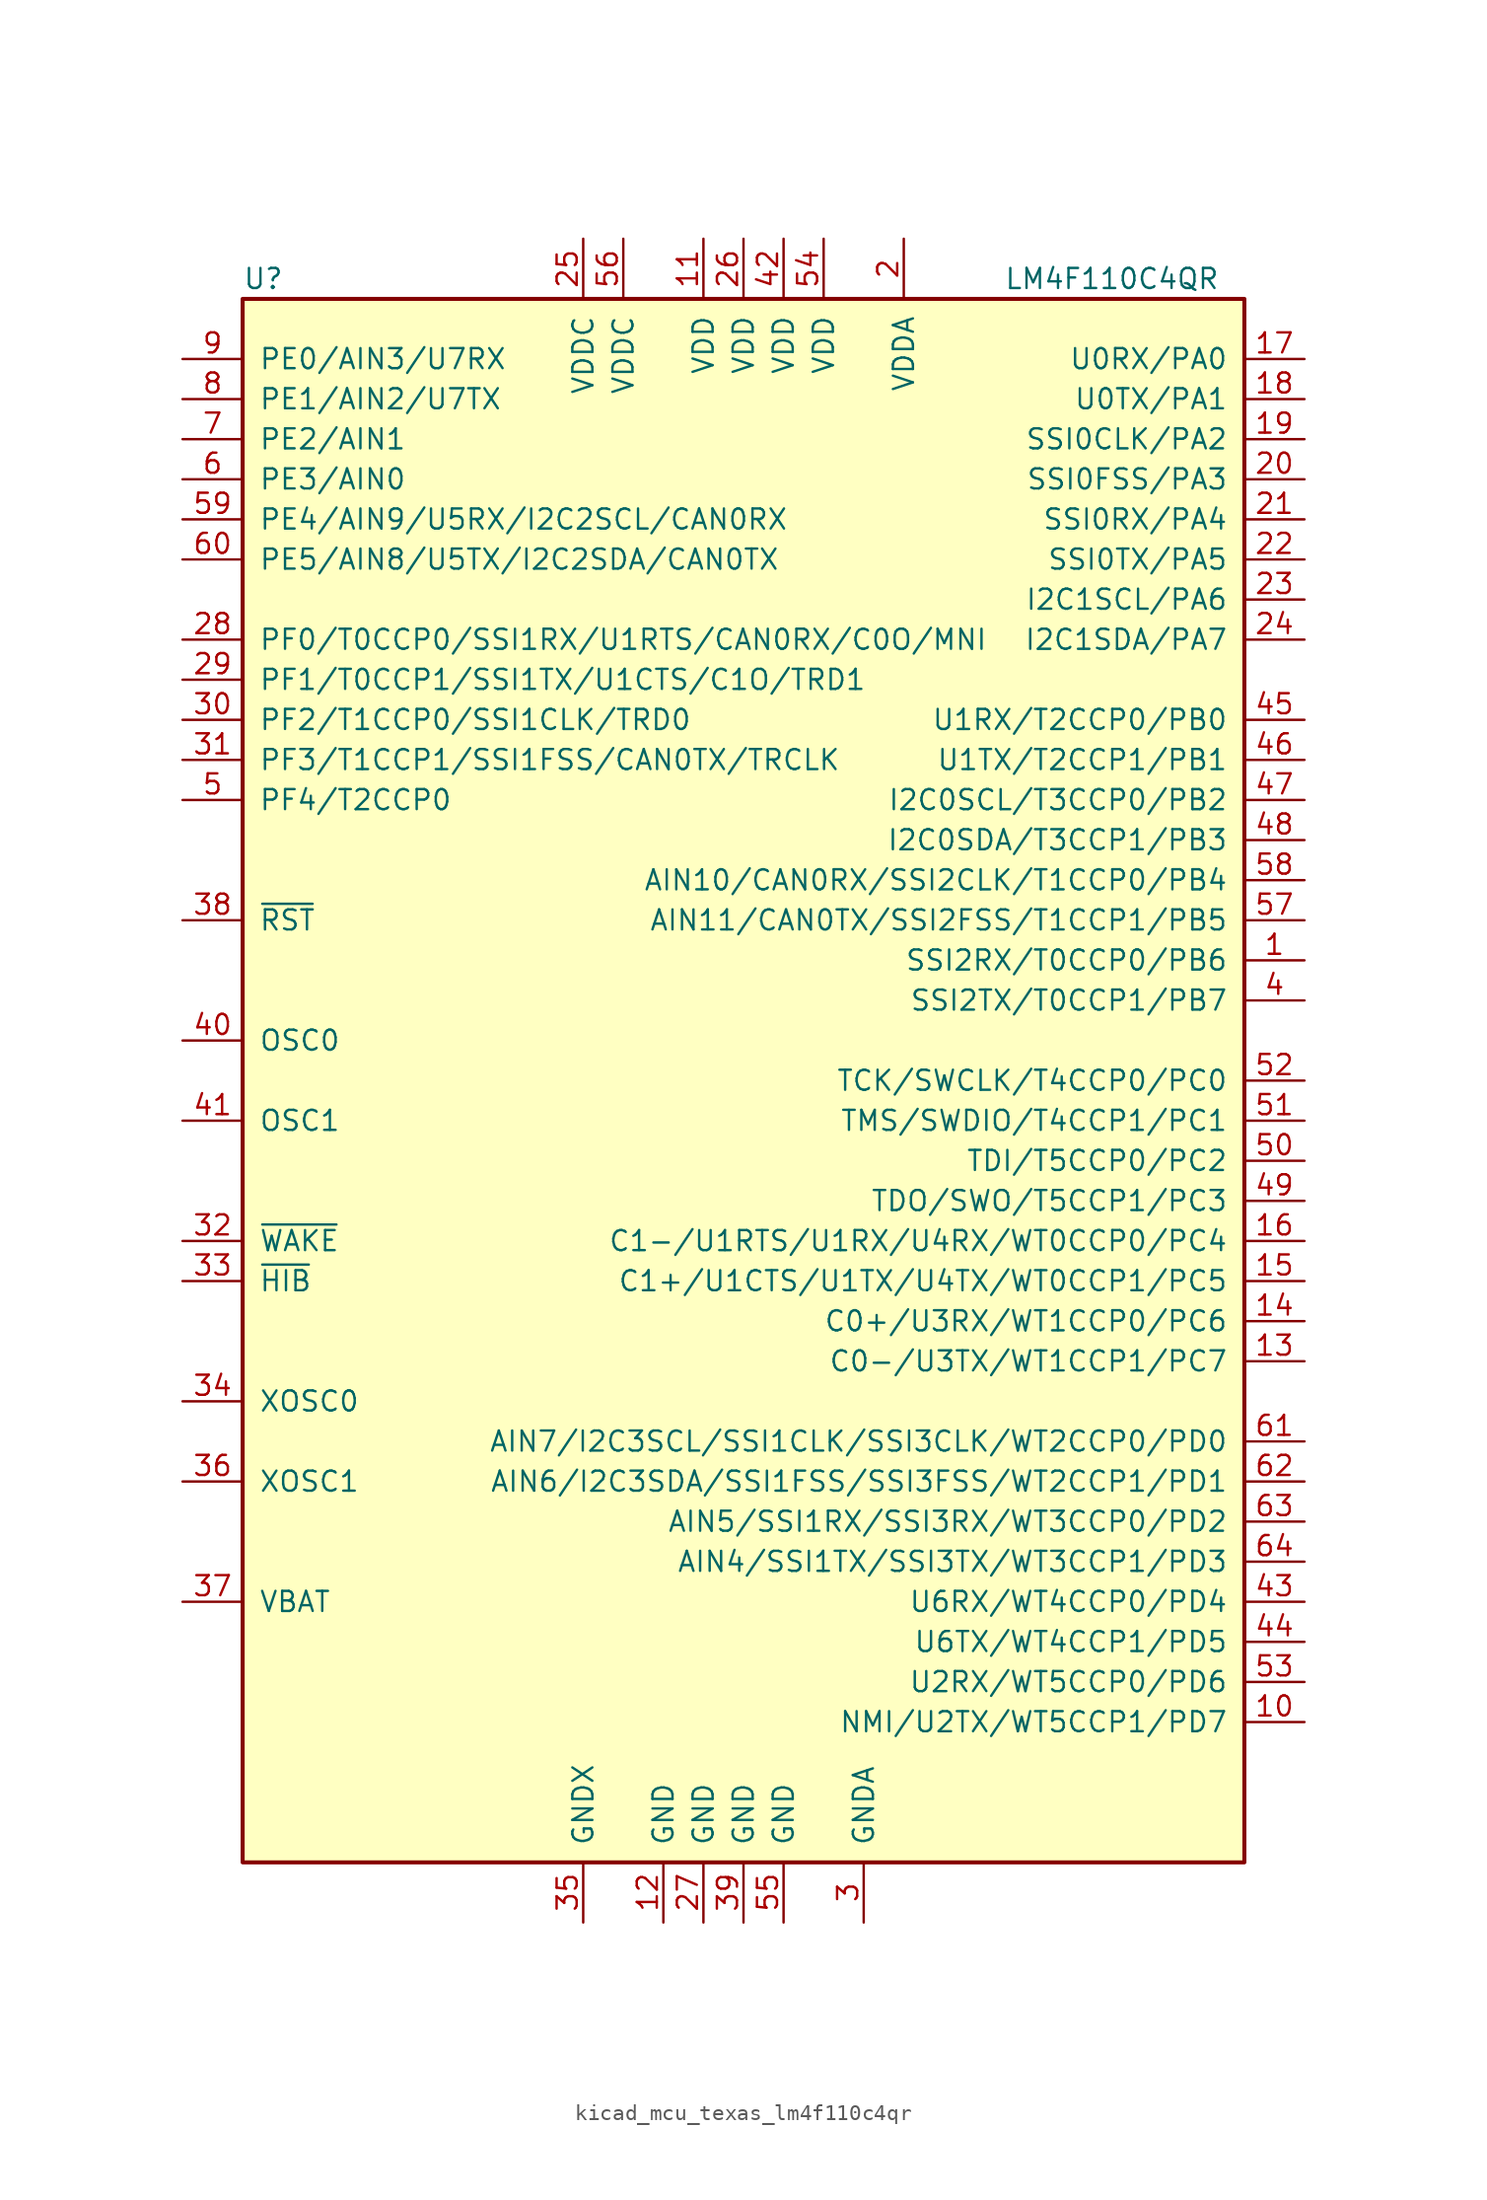
<source format=kicad_sym>
(kicad_symbol_lib
  (version 20220914)
  (generator kicad_symbol_editor)
  (symbol "kicad_mcu_texas_lm4f110c4qr"
    (pin_names
      (offset 1.016))
    (property "Reference" "U"
      (at -31.75 50.8 0)
      (effects (font (size 1.27 1.27)) (justify left)))
    (property "Value" "LM4F110C4QR"
      (at 16.51 50.8 0)
      (effects (font (size 1.27 1.27)) (justify left)))
    (symbol "kicad_mcu_texas_lm4f110c4qr_0_1"
      (rectangle (start -31.75 49.53) (end 31.75 -49.53) (stroke (width 0.254) (type default)) (fill (type background))))
    (symbol "kicad_mcu_texas_lm4f110c4qr_1_1"
      (pin bidirectional line (at 35.56 7.62 180) (length 3.81) (name "SSI2RX/T0CCP0/PB6" (effects (font (size 1.27 1.27)))) (number "1" (effects (font (size 1.27 1.27)))))
      (pin bidirectional line (at 35.56 -40.64 180) (length 3.81) (name "NMI/U2TX/WT5CCP1/PD7" (effects (font (size 1.27 1.27)))) (number "10" (effects (font (size 1.27 1.27)))))
      (pin power_in line (at -2.54 53.34 270) (length 3.81) (name "VDD" (effects (font (size 1.27 1.27)))) (number "11" (effects (font (size 1.27 1.27)))))
      (pin power_in line (at -5.08 -53.34 90) (length 3.81) (name "GND" (effects (font (size 1.27 1.27)))) (number "12" (effects (font (size 1.27 1.27)))))
      (pin bidirectional line (at 35.56 -17.78 180) (length 3.81) (name "C0-/U3TX/WT1CCP1/PC7" (effects (font (size 1.27 1.27)))) (number "13" (effects (font (size 1.27 1.27)))))
      (pin bidirectional line (at 35.56 -15.24 180) (length 3.81) (name "C0+/U3RX/WT1CCP0/PC6" (effects (font (size 1.27 1.27)))) (number "14" (effects (font (size 1.27 1.27)))))
      (pin bidirectional line (at 35.56 -12.7 180) (length 3.81) (name "C1+/U1CTS/U1TX/U4TX/WT0CCP1/PC5" (effects (font (size 1.27 1.27)))) (number "15" (effects (font (size 1.27 1.27)))))
      (pin bidirectional line (at 35.56 -10.16 180) (length 3.81) (name "C1-/U1RTS/U1RX/U4RX/WT0CCP0/PC4" (effects (font (size 1.27 1.27)))) (number "16" (effects (font (size 1.27 1.27)))))
      (pin bidirectional line (at 35.56 45.72 180) (length 3.81) (name "U0RX/PA0" (effects (font (size 1.27 1.27)))) (number "17" (effects (font (size 1.27 1.27)))))
      (pin bidirectional line (at 35.56 43.18 180) (length 3.81) (name "U0TX/PA1" (effects (font (size 1.27 1.27)))) (number "18" (effects (font (size 1.27 1.27)))))
      (pin bidirectional line (at 35.56 40.64 180) (length 3.81) (name "SSI0CLK/PA2" (effects (font (size 1.27 1.27)))) (number "19" (effects (font (size 1.27 1.27)))))
      (pin power_in line (at 10.16 53.34 270) (length 3.81) (name "VDDA" (effects (font (size 1.27 1.27)))) (number "2" (effects (font (size 1.27 1.27)))))
      (pin bidirectional line (at 35.56 38.1 180) (length 3.81) (name "SSI0FSS/PA3" (effects (font (size 1.27 1.27)))) (number "20" (effects (font (size 1.27 1.27)))))
      (pin bidirectional line (at 35.56 35.56 180) (length 3.81) (name "SSI0RX/PA4" (effects (font (size 1.27 1.27)))) (number "21" (effects (font (size 1.27 1.27)))))
      (pin bidirectional line (at 35.56 33.02 180) (length 3.81) (name "SSI0TX/PA5" (effects (font (size 1.27 1.27)))) (number "22" (effects (font (size 1.27 1.27)))))
      (pin bidirectional line (at 35.56 30.48 180) (length 3.81) (name "I2C1SCL/PA6" (effects (font (size 1.27 1.27)))) (number "23" (effects (font (size 1.27 1.27)))))
      (pin bidirectional line (at 35.56 27.94 180) (length 3.81) (name "I2C1SDA/PA7" (effects (font (size 1.27 1.27)))) (number "24" (effects (font (size 1.27 1.27)))))
      (pin power_in line (at -10.16 53.34 270) (length 3.81) (name "VDDC" (effects (font (size 1.27 1.27)))) (number "25" (effects (font (size 1.27 1.27)))))
      (pin power_in line (at 0 53.34 270) (length 3.81) (name "VDD" (effects (font (size 1.27 1.27)))) (number "26" (effects (font (size 1.27 1.27)))))
      (pin power_in line (at -2.54 -53.34 90) (length 3.81) (name "GND" (effects (font (size 1.27 1.27)))) (number "27" (effects (font (size 1.27 1.27)))))
      (pin bidirectional line (at -35.56 27.94 0) (length 3.81) (name "PF0/T0CCP0/SSI1RX/U1RTS/CAN0RX/C0O/MNI" (effects (font (size 1.27 1.27)))) (number "28" (effects (font (size 1.27 1.27)))))
      (pin bidirectional line (at -35.56 25.4 0) (length 3.81) (name "PF1/T0CCP1/SSI1TX/U1CTS/C1O/TRD1" (effects (font (size 1.27 1.27)))) (number "29" (effects (font (size 1.27 1.27)))))
      (pin power_in line (at 7.62 -53.34 90) (length 3.81) (name "GNDA" (effects (font (size 1.27 1.27)))) (number "3" (effects (font (size 1.27 1.27)))))
      (pin bidirectional line (at -35.56 22.86 0) (length 3.81) (name "PF2/T1CCP0/SSI1CLK/TRD0" (effects (font (size 1.27 1.27)))) (number "30" (effects (font (size 1.27 1.27)))))
      (pin bidirectional line (at -35.56 20.32 0) (length 3.81) (name "PF3/T1CCP1/SSI1FSS/CAN0TX/TRCLK" (effects (font (size 1.27 1.27)))) (number "31" (effects (font (size 1.27 1.27)))))
      (pin input line (at -35.56 -10.16 0) (length 3.81) (name "~{WAKE}" (effects (font (size 1.27 1.27)))) (number "32" (effects (font (size 1.27 1.27)))))
      (pin open_collector line (at -35.56 -12.7 0) (length 3.81) (name "~{HIB}" (effects (font (size 1.27 1.27)))) (number "33" (effects (font (size 1.27 1.27)))))
      (pin passive line (at -35.56 -20.32 0) (length 3.81) (name "XOSC0" (effects (font (size 1.27 1.27)))) (number "34" (effects (font (size 1.27 1.27)))))
      (pin power_in line (at -10.16 -53.34 90) (length 3.81) (name "GNDX" (effects (font (size 1.27 1.27)))) (number "35" (effects (font (size 1.27 1.27)))))
      (pin passive line (at -35.56 -25.4 0) (length 3.81) (name "XOSC1" (effects (font (size 1.27 1.27)))) (number "36" (effects (font (size 1.27 1.27)))))
      (pin passive line (at -35.56 -33.02 0) (length 3.81) (name "VBAT" (effects (font (size 1.27 1.27)))) (number "37" (effects (font (size 1.27 1.27)))))
      (pin input line (at -35.56 10.16 0) (length 3.81) (name "~{RST}" (effects (font (size 1.27 1.27)))) (number "38" (effects (font (size 1.27 1.27)))))
      (pin bidirectional line (at 0 -53.34 90) (length 3.81) (name "GND" (effects (font (size 1.27 1.27)))) (number "39" (effects (font (size 1.27 1.27)))))
      (pin bidirectional line (at 35.56 5.08 180) (length 3.81) (name "SSI2TX/T0CCP1/PB7" (effects (font (size 1.27 1.27)))) (number "4" (effects (font (size 1.27 1.27)))))
      (pin passive line (at -35.56 2.54 0) (length 3.81) (name "OSC0" (effects (font (size 1.27 1.27)))) (number "40" (effects (font (size 1.27 1.27)))))
      (pin passive line (at -35.56 -2.54 0) (length 3.81) (name "OSC1" (effects (font (size 1.27 1.27)))) (number "41" (effects (font (size 1.27 1.27)))))
      (pin power_in line (at 2.54 53.34 270) (length 3.81) (name "VDD" (effects (font (size 1.27 1.27)))) (number "42" (effects (font (size 1.27 1.27)))))
      (pin bidirectional line (at 35.56 -33.02 180) (length 3.81) (name "U6RX/WT4CCP0/PD4" (effects (font (size 1.27 1.27)))) (number "43" (effects (font (size 1.27 1.27)))))
      (pin bidirectional line (at 35.56 -35.56 180) (length 3.81) (name "U6TX/WT4CCP1/PD5" (effects (font (size 1.27 1.27)))) (number "44" (effects (font (size 1.27 1.27)))))
      (pin bidirectional line (at 35.56 22.86 180) (length 3.81) (name "U1RX/T2CCP0/PB0" (effects (font (size 1.27 1.27)))) (number "45" (effects (font (size 1.27 1.27)))))
      (pin bidirectional line (at 35.56 20.32 180) (length 3.81) (name "U1TX/T2CCP1/PB1" (effects (font (size 1.27 1.27)))) (number "46" (effects (font (size 1.27 1.27)))))
      (pin bidirectional line (at 35.56 17.78 180) (length 3.81) (name "I2C0SCL/T3CCP0/PB2" (effects (font (size 1.27 1.27)))) (number "47" (effects (font (size 1.27 1.27)))))
      (pin bidirectional line (at 35.56 15.24 180) (length 3.81) (name "I2C0SDA/T3CCP1/PB3" (effects (font (size 1.27 1.27)))) (number "48" (effects (font (size 1.27 1.27)))))
      (pin bidirectional line (at 35.56 -7.62 180) (length 3.81) (name "TDO/SWO/T5CCP1/PC3" (effects (font (size 1.27 1.27)))) (number "49" (effects (font (size 1.27 1.27)))))
      (pin bidirectional line (at -35.56 17.78 0) (length 3.81) (name "PF4/T2CCP0" (effects (font (size 1.27 1.27)))) (number "5" (effects (font (size 1.27 1.27)))))
      (pin bidirectional line (at 35.56 -5.08 180) (length 3.81) (name "TDI/T5CCP0/PC2" (effects (font (size 1.27 1.27)))) (number "50" (effects (font (size 1.27 1.27)))))
      (pin bidirectional line (at 35.56 -2.54 180) (length 3.81) (name "TMS/SWDIO/T4CCP1/PC1" (effects (font (size 1.27 1.27)))) (number "51" (effects (font (size 1.27 1.27)))))
      (pin bidirectional line (at 35.56 0 180) (length 3.81) (name "TCK/SWCLK/T4CCP0/PC0" (effects (font (size 1.27 1.27)))) (number "52" (effects (font (size 1.27 1.27)))))
      (pin bidirectional line (at 35.56 -38.1 180) (length 3.81) (name "U2RX/WT5CCP0/PD6" (effects (font (size 1.27 1.27)))) (number "53" (effects (font (size 1.27 1.27)))))
      (pin power_in line (at 5.08 53.34 270) (length 3.81) (name "VDD" (effects (font (size 1.27 1.27)))) (number "54" (effects (font (size 1.27 1.27)))))
      (pin power_in line (at 2.54 -53.34 90) (length 3.81) (name "GND" (effects (font (size 1.27 1.27)))) (number "55" (effects (font (size 1.27 1.27)))))
      (pin power_in line (at -7.62 53.34 270) (length 3.81) (name "VDDC" (effects (font (size 1.27 1.27)))) (number "56" (effects (font (size 1.27 1.27)))))
      (pin bidirectional line (at 35.56 10.16 180) (length 3.81) (name "AIN11/CAN0TX/SSI2FSS/T1CCP1/PB5" (effects (font (size 1.27 1.27)))) (number "57" (effects (font (size 1.27 1.27)))))
      (pin bidirectional line (at 35.56 12.7 180) (length 3.81) (name "AIN10/CAN0RX/SSI2CLK/T1CCP0/PB4" (effects (font (size 1.27 1.27)))) (number "58" (effects (font (size 1.27 1.27)))))
      (pin bidirectional line (at -35.56 35.56 0) (length 3.81) (name "PE4/AIN9/U5RX/I2C2SCL/CAN0RX" (effects (font (size 1.27 1.27)))) (number "59" (effects (font (size 1.27 1.27)))))
      (pin bidirectional line (at -35.56 38.1 0) (length 3.81) (name "PE3/AIN0" (effects (font (size 1.27 1.27)))) (number "6" (effects (font (size 1.27 1.27)))))
      (pin bidirectional line (at -35.56 33.02 0) (length 3.81) (name "PE5/AIN8/U5TX/I2C2SDA/CAN0TX" (effects (font (size 1.27 1.27)))) (number "60" (effects (font (size 1.27 1.27)))))
      (pin bidirectional line (at 35.56 -22.86 180) (length 3.81) (name "AIN7/I2C3SCL/SSI1CLK/SSI3CLK/WT2CCP0/PD0" (effects (font (size 1.27 1.27)))) (number "61" (effects (font (size 1.27 1.27)))))
      (pin bidirectional line (at 35.56 -25.4 180) (length 3.81) (name "AIN6/I2C3SDA/SSI1FSS/SSI3FSS/WT2CCP1/PD1" (effects (font (size 1.27 1.27)))) (number "62" (effects (font (size 1.27 1.27)))))
      (pin bidirectional line (at 35.56 -27.94 180) (length 3.81) (name "AIN5/SSI1RX/SSI3RX/WT3CCP0/PD2" (effects (font (size 1.27 1.27)))) (number "63" (effects (font (size 1.27 1.27)))))
      (pin bidirectional line (at 35.56 -30.48 180) (length 3.81) (name "AIN4/SSI1TX/SSI3TX/WT3CCP1/PD3" (effects (font (size 1.27 1.27)))) (number "64" (effects (font (size 1.27 1.27)))))
      (pin bidirectional line (at -35.56 40.64 0) (length 3.81) (name "PE2/AIN1" (effects (font (size 1.27 1.27)))) (number "7" (effects (font (size 1.27 1.27)))))
      (pin bidirectional line (at -35.56 43.18 0) (length 3.81) (name "PE1/AIN2/U7TX" (effects (font (size 1.27 1.27)))) (number "8" (effects (font (size 1.27 1.27)))))
      (pin bidirectional line (at -35.56 45.72 0) (length 3.81) (name "PE0/AIN3/U7RX" (effects (font (size 1.27 1.27)))) (number "9" (effects (font (size 1.27 1.27))))))))
</source>
